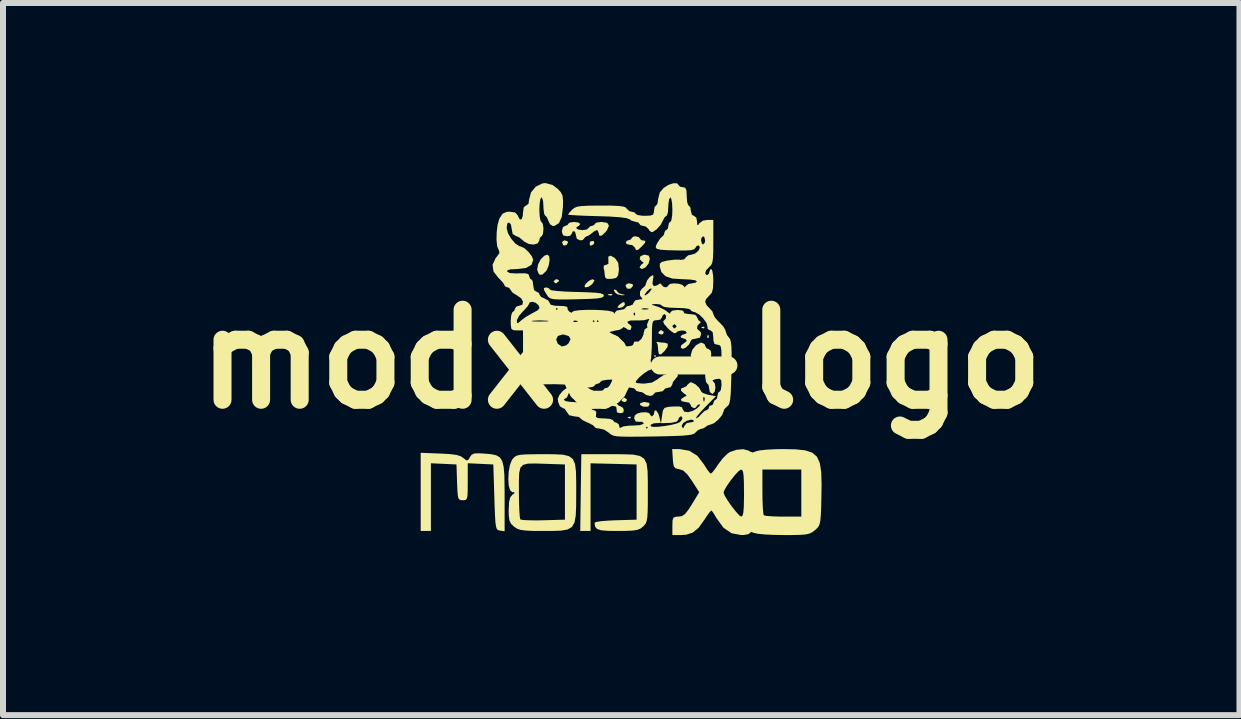
<source format=kicad_pcb>
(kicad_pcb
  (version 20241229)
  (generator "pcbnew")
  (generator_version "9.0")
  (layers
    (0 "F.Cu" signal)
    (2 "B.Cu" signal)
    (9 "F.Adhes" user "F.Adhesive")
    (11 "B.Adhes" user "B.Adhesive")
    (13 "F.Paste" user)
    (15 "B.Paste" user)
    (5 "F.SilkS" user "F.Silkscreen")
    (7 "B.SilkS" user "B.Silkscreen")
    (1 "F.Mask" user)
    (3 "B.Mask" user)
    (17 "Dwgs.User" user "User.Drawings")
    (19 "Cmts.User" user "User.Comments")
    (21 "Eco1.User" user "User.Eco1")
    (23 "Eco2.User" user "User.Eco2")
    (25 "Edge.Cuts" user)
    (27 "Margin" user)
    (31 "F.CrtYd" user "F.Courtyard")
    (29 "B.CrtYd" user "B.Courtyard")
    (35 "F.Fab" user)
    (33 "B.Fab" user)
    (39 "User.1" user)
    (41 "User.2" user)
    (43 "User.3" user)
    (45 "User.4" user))
  (footprint "modxo-logo"
    (layer "F.Cu")
    (at 7.3 2.932)
    (property "Reference" "modxo-logo" (at 0 0 0) (layer "F.SilkS") (effects (font (size 1.5 1.5) (thickness 0.3))))
    (attr board_only exclude_from_pos_files exclude_from_bom)
    (fp_poly (pts (xy 0.58 -0.051) (xy 0.563 -0.034) (xy 0.546 -0.051) (xy 0.563 -0.068)) (stroke (width 0) (type solid)) (fill yes) (layer "F.SilkS"))
    (fp_poly (pts (xy -0.146 -1.078) (xy -0.156 -1.062) (xy -0.19 -1.06) (xy -0.227 -1.068) (xy -0.211 -1.08) (xy -0.158 -1.084)) (stroke (width 0) (type solid)) (fill yes) (layer "F.SilkS"))
    (fp_poly (pts (xy 0.159 0.966) (xy 0.154 0.986) (xy 0.136 0.989) (xy 0.108 0.976) (xy 0.114 0.966) (xy 0.154 0.962)) (stroke (width 0) (type solid)) (fill yes) (layer "F.SilkS"))
    (fp_poly (pts (xy 1.386 -0.534) (xy 1.382 -0.514) (xy 1.364 -0.511) (xy 1.336 -0.524) (xy 1.341 -0.534) (xy 1.381 -0.538)) (stroke (width 0) (type solid)) (fill yes) (layer "F.SilkS"))
    (fp_poly (pts (xy 1.455 -0.398) (xy 1.459 -0.357) (xy 1.455 -0.352) (xy 1.434 -0.357) (xy 1.432 -0.375) (xy 1.444 -0.403)) (stroke (width 0) (type solid)) (fill yes) (layer "F.SilkS"))
    (fp_poly (pts (xy -0.448 -1.936) (xy -0.467 -1.906) (xy -0.51 -1.889) (xy -0.525 -1.904) (xy -0.522 -1.95) (xy -0.51 -1.961) (xy -0.461 -1.969)) (stroke (width 0) (type solid)) (fill yes) (layer "F.SilkS"))
    (fp_poly (pts (xy -1.037 -1.313) (xy -1.04 -1.296) (xy -1.083 -1.263) (xy -1.093 -1.261) (xy -1.124 -1.287) (xy -1.125 -1.296) (xy -1.097 -1.325) (xy -1.072 -1.33)) (stroke (width 0) (type solid)) (fill yes) (layer "F.SilkS"))
    (fp_poly (pts (xy -0.892 -1.96) (xy -0.886 -1.945) (xy -0.909 -1.901) (xy -0.953 -1.89) (xy -0.967 -1.899) (xy -0.988 -1.948) (xy -0.951 -1.976) (xy -0.938 -1.977)) (stroke (width 0) (type solid)) (fill yes) (layer "F.SilkS"))
    (fp_poly (pts (xy -0.449 0.675) (xy -0.443 0.699) (xy -0.471 0.744) (xy -0.494 0.75) (xy -0.54 0.723) (xy -0.546 0.699) (xy -0.518 0.654) (xy -0.494 0.648)) (stroke (width 0) (type solid)) (fill yes) (layer "F.SilkS"))
    (fp_poly (pts (xy -0.156 0.493) (xy -0.147 0.528) (xy -0.189 0.562) (xy -0.233 0.573) (xy -0.294 0.564) (xy -0.307 0.531) (xy -0.277 0.487) (xy -0.219 0.477)) (stroke (width 0) (type solid)) (fill yes) (layer "F.SilkS"))
    (fp_poly (pts (xy 0.054 -0.946) (xy 0.061 -0.904) (xy 0.023 -0.865) (xy -0.026 -0.852) (xy -0.064 -0.857) (xy -0.051 -0.883) (xy -0.025 -0.91) (xy 0.026 -0.946)) (stroke (width 0) (type solid)) (fill yes) (layer "F.SilkS"))
    (fp_poly (pts (xy 0.091 0.669) (xy 0.096 0.679) (xy 0.079 0.71) (xy 0.051 0.716) (xy 0.009 0.699) (xy 0.007 0.679) (xy 0.042 0.644) (xy 0.051 0.643)) (stroke (width 0) (type solid)) (fill yes) (layer "F.SilkS"))
    (fp_poly (pts (xy 0.19 -1.246) (xy 0.197 -1.221) (xy 0.157 -1.174) (xy 0.104 -1.172) (xy 0.092 -1.181) (xy 0.069 -1.23) (xy 0.107 -1.258) (xy 0.139 -1.261)) (stroke (width 0) (type solid)) (fill yes) (layer "F.SilkS"))
    (fp_poly (pts (xy 0.705 -0.456) (xy 0.709 -0.446) (xy 0.693 -0.415) (xy 0.665 -0.409) (xy 0.622 -0.426) (xy 0.62 -0.446) (xy 0.655 -0.481) (xy 0.665 -0.482)) (stroke (width 0) (type solid)) (fill yes) (layer "F.SilkS"))
    (fp_poly (pts (xy 1.158 0.196) (xy 1.159 0.205) (xy 1.133 0.238) (xy 1.125 0.239) (xy 1.092 0.213) (xy 1.091 0.205) (xy 1.117 0.171) (xy 1.125 0.17)) (stroke (width 0) (type solid)) (fill yes) (layer "F.SilkS"))
    (fp_poly (pts (xy 0.456 0.727) (xy 0.477 0.748) (xy 0.451 0.792) (xy 0.375 0.794) (xy 0.367 0.793) (xy 0.313 0.766) (xy 0.318 0.734) (xy 0.377 0.716) (xy 0.392 0.716)) (stroke (width 0) (type solid)) (fill yes) (layer "F.SilkS"))
    (fp_poly (pts (xy -0.445 -1.313) (xy -0.471 -1.265) (xy -0.492 -1.242) (xy -0.548 -1.203) (xy -0.597 -1.194) (xy -0.614 -1.213) (xy -0.589 -1.257) (xy -0.535 -1.305) (xy -0.483 -1.329) (xy -0.48 -1.33)) (stroke (width 0) (type solid)) (fill yes) (layer "F.SilkS"))
    (fp_poly (pts (xy -0.07 -1.137) (xy -0.068 -1.127) (xy -0.039 -1.097) (xy 0.009 -1.081) (xy 0.061 -1.069) (xy 0.048 -1.064) (xy 0.013 -1.062) (xy -0.066 -1.08) (xy -0.102 -1.108) (xy -0.125 -1.15) (xy -0.106 -1.159)) (stroke (width 0) (type solid)) (fill yes) (layer "F.SilkS"))
    (fp_poly (pts (xy -1.2 -1.711) (xy -1.194 -1.643) (xy -1.208 -1.56) (xy -1.239 -1.485) (xy -1.252 -1.466) (xy -1.311 -1.409) (xy -1.352 -1.403) (xy -1.375 -1.421) (xy -1.401 -1.488) (xy -1.385 -1.577) (xy -1.34 -1.664) (xy -1.277 -1.724) (xy -1.227 -1.739)) (stroke (width 0) (type solid)) (fill yes) (layer "F.SilkS"))
    (fp_poly (pts (xy 0.608 -0.284) (xy 0.681 -0.274) (xy 0.719 -0.273) (xy 0.775 -0.256) (xy 0.773 -0.205) (xy 0.725 -0.137) (xy 0.663 -0.078) (xy 0.627 -0.082) (xy 0.614 -0.149) (xy 0.614 -0.168) (xy 0.606 -0.244) (xy 0.588 -0.281) (xy 0.59 -0.288)) (stroke (width 0) (type solid)) (fill yes) (layer "F.SilkS"))
    (fp_poly (pts (xy -0.078 0.742) (xy -0.035 0.781) (xy -0.018 0.784) (xy 0.027 0.812) (xy 0.042 0.844) (xy 0.035 0.891) (xy -0.017 0.903) (xy -0.072 0.888) (xy -0.076 0.844) (xy -0.084 0.794) (xy -0.122 0.784) (xy -0.163 0.777) (xy -0.142 0.745) (xy -0.139 0.742) (xy -0.098 0.716)) (stroke (width 0) (type solid)) (fill yes) (layer "F.SilkS"))
    (fp_poly (pts (xy 0.459 -1.723) (xy 0.477 -1.668) (xy 0.477 -1.668) (xy 0.454 -1.588) (xy 0.399 -1.523) (xy 0.343 -1.5) (xy 0.308 -1.523) (xy 0.307 -1.531) (xy 0.333 -1.572) (xy 0.349 -1.583) (xy 0.375 -1.605) (xy 0.349 -1.622) (xy 0.307 -1.665) (xy 0.319 -1.712) (xy 0.377 -1.738) (xy 0.392 -1.739)) (stroke (width 0) (type solid)) (fill yes) (layer "F.SilkS"))
    (fp_poly (pts (xy 1.388 -0.249) (xy 1.398 -0.222) (xy 1.425 -0.176) (xy 1.449 -0.17) (xy 1.49 -0.141) (xy 1.5 -0.085) (xy 1.495 -0.035) (xy 1.466 -0.009) (xy 1.398 -0.001) (xy 1.33 0) (xy 1.227 -0.004) (xy 1.176 -0.019) (xy 1.16 -0.052) (xy 1.159 -0.068) (xy 1.184 -0.154) (xy 1.246 -0.23) (xy 1.32 -0.271) (xy 1.337 -0.273)) (stroke (width 0) (type solid)) (fill yes) (layer "F.SilkS"))
    (fp_poly (pts (xy -0.112 -1.687) (xy -0.1 -1.676) (xy -0.05 -1.604) (xy -0.039 -1.503) (xy -0.04 -1.478) (xy -0.053 -1.392) (xy -0.084 -1.352) (xy -0.152 -1.337) (xy -0.162 -1.336) (xy -0.239 -1.336) (xy -0.269 -1.363) (xy -0.273 -1.393) (xy -0.283 -1.479) (xy -0.293 -1.514) (xy -0.29 -1.559) (xy -0.255 -1.568) (xy -0.213 -1.587) (xy -0.214 -1.636) (xy -0.216 -1.705) (xy -0.178 -1.723)) (stroke (width 0) (type solid)) (fill yes) (layer "F.SilkS"))
    (fp_poly (pts (xy 0.294 -2.031) (xy 0.307 -2.012) (xy 0.334 -1.981) (xy 0.358 -1.977) (xy 0.402 -1.969) (xy 0.396 -1.936) (xy 0.341 -1.875) (xy 0.282 -1.821) (xy 0.251 -1.814) (xy 0.228 -1.853) (xy 0.226 -1.86) (xy 0.18 -1.9) (xy 0.149 -1.902) (xy 0.093 -1.915) (xy 0.077 -1.935) (xy 0.091 -1.971) (xy 0.116 -1.977) (xy 0.164 -1.995) (xy 0.17 -2.012) (xy 0.199 -2.039) (xy 0.239 -2.046)) (stroke (width 0) (type solid)) (fill yes) (layer "F.SilkS"))
    (fp_poly (pts (xy -1.199 -1.175) (xy -1.193 -1.16) (xy -1.161 -1.146) (xy -1.07 -1.134) (xy -0.932 -1.124) (xy -0.756 -1.118) (xy -0.742 -1.118) (xy -0.554 -1.112) (xy -0.425 -1.105) (xy -0.345 -1.095) (xy -0.303 -1.08) (xy -0.29 -1.06) (xy -0.29 -1.057) (xy -0.3 -1.035) (xy -0.339 -1.02) (xy -0.414 -1.009) (xy -0.538 -1.002) (xy -0.719 -0.997) (xy -0.737 -0.996) (xy -0.919 -0.993) (xy -1.045 -0.993) (xy -1.127 -0.998) (xy -1.178 -1.01) (xy -1.21 -1.031) (xy -1.234 -1.063) (xy -1.24 -1.072) (xy -1.285 -1.148) (xy -1.289 -1.183) (xy -1.252 -1.193) (xy -1.244 -1.193)) (stroke (width 0) (type solid)) (fill yes) (layer "F.SilkS"))
    (fp_poly (pts (xy 0.037 1.586) (xy 0.199 1.592) (xy 0.31 1.614) (xy 0.382 1.661) (xy 0.422 1.741) (xy 0.439 1.864) (xy 0.443 2.039) (xy 0.443 2.215) (xy 0.443 2.411) (xy 0.44 2.549) (xy 0.434 2.644) (xy 0.422 2.706) (xy 0.403 2.747) (xy 0.375 2.779) (xy 0.364 2.79) (xy 0.321 2.824) (xy 0.268 2.846) (xy 0.19 2.858) (xy 0.072 2.863) (xy -0.058 2.864) (xy -0.226 2.862) (xy -0.337 2.852) (xy -0.402 2.831) (xy -0.434 2.795) (xy -0.443 2.739) (xy -0.443 2.726) (xy -0.412 2.713) (xy -0.326 2.7) (xy -0.201 2.691) (xy -0.094 2.686) (xy 0.256 2.676) (xy 0.256 2.216) (xy 0.256 1.756) (xy -0.128 1.746) (xy -0.511 1.737) (xy -0.511 2.3) (xy -0.511 2.864) (xy -0.597 2.864) (xy -0.683 2.864) (xy -0.674 2.225) (xy -0.665 1.585) (xy -0.182 1.585)) (stroke (width 0) (type solid)) (fill yes) (layer "F.SilkS"))
    (fp_poly (pts (xy -3.021 1.574) (xy -2.856 1.583) (xy -2.745 1.597) (xy -2.673 1.62) (xy -2.631 1.648) (xy -2.579 1.689) (xy -2.549 1.68) (xy -2.522 1.635) (xy -2.492 1.594) (xy -2.447 1.573) (xy -2.368 1.57) (xy -2.282 1.575) (xy -2.168 1.585) (xy -2.083 1.603) (xy -2.022 1.638) (xy -1.983 1.699) (xy -1.959 1.795) (xy -1.947 1.935) (xy -1.944 2.127) (xy -1.943 2.292) (xy -1.943 2.869) (xy -2.02 2.858) (xy -2.049 2.851) (xy -2.07 2.835) (xy -2.084 2.798) (xy -2.095 2.731) (xy -2.102 2.623) (xy -2.109 2.465) (xy -2.114 2.301) (xy -2.131 1.756) (xy -2.344 1.746) (xy -2.557 1.736) (xy -2.557 2.044) (xy -2.558 2.19) (xy -2.562 2.28) (xy -2.574 2.329) (xy -2.597 2.349) (xy -2.634 2.352) (xy -2.641 2.352) (xy -2.681 2.349) (xy -2.707 2.332) (xy -2.721 2.285) (xy -2.729 2.198) (xy -2.735 2.055) (xy -2.735 2.054) (xy -2.745 1.756) (xy -2.958 1.746) (xy -3.171 1.736) (xy -3.171 2.3) (xy -3.171 2.864) (xy -3.256 2.864) (xy -3.341 2.864) (xy -3.341 2.213) (xy -3.341 1.562)) (stroke (width 0) (type solid)) (fill yes) (layer "F.SilkS"))
    (fp_poly (pts (xy -0.234 -2.269) (xy -0.204 -2.223) (xy -0.236 -2.149) (xy -0.263 -2.114) (xy -0.327 -2.056) (xy -0.365 -2.056) (xy -0.375 -2.097) (xy -0.392 -2.142) (xy -0.407 -2.148) (xy -0.454 -2.126) (xy -0.489 -2.097) (xy -0.547 -2.055) (xy -0.577 -2.046) (xy -0.612 -2.021) (xy -0.614 -2.012) (xy -0.642 -1.984) (xy -0.682 -1.977) (xy -0.739 -2.002) (xy -0.75 -2.044) (xy -0.766 -2.109) (xy -0.784 -2.131) (xy -0.813 -2.123) (xy -0.818 -2.099) (xy -0.848 -2.056) (xy -0.903 -2.046) (xy -0.968 -2.06) (xy -0.988 -2.115) (xy -0.989 -2.131) (xy -0.971 -2.199) (xy -0.938 -2.216) (xy -0.892 -2.235) (xy -0.886 -2.25) (xy -0.857 -2.274) (xy -0.785 -2.284) (xy -0.784 -2.284) (xy -0.712 -2.274) (xy -0.682 -2.251) (xy -0.682 -2.25) (xy -0.708 -2.217) (xy -0.716 -2.216) (xy -0.749 -2.19) (xy -0.75 -2.182) (xy -0.72 -2.158) (xy -0.649 -2.148) (xy -0.648 -2.148) (xy -0.576 -2.158) (xy -0.546 -2.182) (xy -0.546 -2.182) (xy -0.518 -2.212) (xy -0.494 -2.216) (xy -0.449 -2.235) (xy -0.443 -2.25) (xy -0.413 -2.273) (xy -0.34 -2.284) (xy -0.324 -2.284)) (stroke (width 0) (type solid)) (fill yes) (layer "F.SilkS"))
    (fp_poly (pts (xy -1.12 1.586) (xy -0.973 1.593) (xy -0.872 1.617) (xy -0.807 1.665) (xy -0.77 1.748) (xy -0.754 1.874) (xy -0.75 2.053) (xy -0.75 2.22) (xy -0.751 2.444) (xy -0.758 2.609) (xy -0.779 2.724) (xy -0.822 2.798) (xy -0.895 2.84) (xy -1.005 2.859) (xy -1.16 2.864) (xy -1.297 2.864) (xy -1.473 2.863) (xy -1.595 2.857) (xy -1.677 2.846) (xy -1.735 2.826) (xy -1.781 2.796) (xy -1.785 2.793) (xy -1.836 2.745) (xy -1.863 2.688) (xy -1.874 2.6) (xy -1.875 2.516) (xy -1.869 2.386) (xy -1.85 2.306) (xy -1.816 2.264) (xy -1.774 2.229) (xy -1.789 2.218) (xy -1.816 2.217) (xy -1.852 2.186) (xy -1.874 2.107) (xy -1.879 2.033) (xy -1.705 2.033) (xy -1.705 2.211) (xy -1.703 2.377) (xy -1.698 2.518) (xy -1.691 2.62) (xy -1.682 2.67) (xy -1.681 2.672) (xy -1.639 2.681) (xy -1.544 2.686) (xy -1.412 2.688) (xy -1.297 2.686) (xy -0.938 2.676) (xy -0.938 2.216) (xy -0.938 1.756) (xy -1.244 1.746) (xy -1.426 1.74) (xy -1.553 1.742) (xy -1.634 1.762) (xy -1.68 1.81) (xy -1.7 1.898) (xy -1.705 2.033) (xy -1.879 2.033) (xy -1.881 1.999) (xy -1.875 1.879) (xy -1.855 1.767) (xy -1.821 1.681) (xy -1.81 1.666) (xy -1.779 1.632) (xy -1.743 1.61) (xy -1.687 1.596) (xy -1.6 1.589) (xy -1.468 1.586) (xy -1.319 1.585)) (stroke (width 0) (type solid)) (fill yes) (layer "F.SilkS"))
    (fp_poly (pts (xy 1.135 1.528) (xy 1.27 1.613) (xy 1.378 1.755) (xy 1.433 1.842) (xy 1.477 1.898) (xy 1.493 1.909) (xy 1.523 1.883) (xy 1.575 1.815) (xy 1.615 1.755) (xy 1.69 1.655) (xy 1.771 1.576) (xy 1.809 1.55) (xy 1.922 1.511) (xy 2.034 1.502) (xy 2.12 1.524) (xy 2.137 1.537) (xy 2.19 1.557) (xy 2.244 1.537) (xy 2.306 1.522) (xy 2.419 1.51) (xy 2.565 1.502) (xy 2.694 1.5) (xy 2.905 1.504) (xy 3.065 1.521) (xy 3.181 1.559) (xy 3.26 1.626) (xy 3.308 1.73) (xy 3.332 1.88) (xy 3.338 2.083) (xy 3.335 2.284) (xy 3.331 2.474) (xy 3.325 2.609) (xy 3.316 2.7) (xy 3.302 2.759) (xy 3.281 2.799) (xy 3.249 2.832) (xy 3.229 2.85) (xy 3.184 2.884) (xy 3.137 2.907) (xy 3.074 2.922) (xy 2.979 2.929) (xy 2.84 2.932) (xy 2.706 2.932) (xy 2.537 2.929) (xy 2.388 2.922) (xy 2.276 2.911) (xy 2.215 2.897) (xy 2.214 2.897) (xy 2.16 2.879) (xy 2.148 2.897) (xy 2.117 2.918) (xy 2.041 2.931) (xy 1.997 2.932) (xy 1.838 2.902) (xy 1.703 2.81) (xy 1.59 2.654) (xy 1.584 2.645) (xy 1.539 2.569) (xy 1.507 2.526) (xy 1.501 2.523) (xy 1.474 2.549) (xy 1.425 2.617) (xy 1.386 2.677) (xy 1.289 2.811) (xy 1.194 2.89) (xy 1.085 2.926) (xy 0.998 2.932) (xy 0.852 2.932) (xy 0.852 2.779) (xy 0.855 2.684) (xy 0.873 2.64) (xy 0.916 2.626) (xy 0.952 2.625) (xy 1.011 2.617) (xy 1.062 2.583) (xy 1.118 2.512) (xy 1.176 2.422) (xy 1.295 2.225) (xy 1.705 2.225) (xy 1.724 2.275) (xy 1.773 2.357) (xy 1.838 2.45) (xy 1.907 2.538) (xy 1.965 2.602) (xy 1.999 2.625) (xy 2.02 2.611) (xy 2.034 2.561) (xy 2.042 2.466) (xy 2.045 2.317) (xy 2.046 2.233) (xy 2.045 2.21) (xy 2.352 2.21) (xy 2.354 2.363) (xy 2.36 2.489) (xy 2.368 2.574) (xy 2.375 2.603) (xy 2.417 2.613) (xy 2.511 2.62) (xy 2.639 2.625) (xy 2.699 2.625) (xy 3 2.625) (xy 3 2.233) (xy 3 1.841) (xy 2.676 1.841) (xy 2.352 1.841) (xy 2.352 2.21) (xy 2.045 2.21) (xy 2.044 2.06) (xy 2.039 1.945) (xy 2.029 1.878) (xy 2.012 1.847) (xy 1.995 1.841) (xy 1.956 1.867) (xy 1.894 1.933) (xy 1.825 2.02) (xy 1.761 2.111) (xy 1.717 2.188) (xy 1.705 2.225) (xy 1.295 2.225) (xy 1.299 2.218) (xy 1.18 2.032) (xy 1.101 1.921) (xy 1.035 1.859) (xy 0.968 1.835) (xy 0.965 1.835) (xy 0.907 1.822) (xy 0.876 1.788) (xy 0.863 1.714) (xy 0.859 1.662) (xy 0.849 1.5) (xy 0.972 1.5)) (stroke (width 0) (type solid)) (fill yes) (layer "F.SilkS"))
    (fp_poly (pts (xy -1.144 -2.9) (xy -1.06 -2.838) (xy -1.006 -2.779) (xy -0.978 -2.721) (xy -0.969 -2.639) (xy -0.971 -2.534) (xy -0.991 -2.368) (xy -1.038 -2.264) (xy -1.113 -2.218) (xy -1.139 -2.216) (xy -1.186 -2.245) (xy -1.213 -2.301) (xy -1.24 -2.365) (xy -1.265 -2.387) (xy -1.283 -2.417) (xy -1.294 -2.494) (xy -1.296 -2.54) (xy -1.302 -2.631) (xy -1.319 -2.686) (xy -1.33 -2.693) (xy -1.348 -2.662) (xy -1.36 -2.581) (xy -1.364 -2.489) (xy -1.359 -2.38) (xy -1.345 -2.306) (xy -1.33 -2.284) (xy -1.307 -2.254) (xy -1.296 -2.181) (xy -1.296 -2.165) (xy -1.304 -2.086) (xy -1.325 -2.047) (xy -1.33 -2.046) (xy -1.357 -2.017) (xy -1.364 -1.977) (xy -1.391 -1.928) (xy -1.457 -1.907) (xy -1.539 -1.917) (xy -1.615 -1.956) (xy -1.633 -1.973) (xy -1.704 -2.03) (xy -1.756 -2.051) (xy -1.809 -2.084) (xy -1.824 -2.163) (xy -1.837 -2.238) (xy -1.867 -2.276) (xy -1.899 -2.258) (xy -1.909 -2.185) (xy -1.888 -2.099) (xy -1.833 -2.005) (xy -1.764 -1.924) (xy -1.694 -1.879) (xy -1.674 -1.875) (xy -1.616 -1.849) (xy -1.548 -1.788) (xy -1.49 -1.714) (xy -1.466 -1.653) (xy -1.496 -1.569) (xy -1.585 -1.518) (xy -1.734 -1.5) (xy -1.739 -1.5) (xy -1.851 -1.494) (xy -1.899 -1.475) (xy -1.901 -1.459) (xy -1.858 -1.433) (xy -1.753 -1.426) (xy -1.711 -1.428) (xy -1.604 -1.429) (xy -1.55 -1.417) (xy -1.534 -1.387) (xy -1.534 -1.383) (xy -1.517 -1.336) (xy -1.5 -1.33) (xy -1.476 -1.3) (xy -1.466 -1.229) (xy -1.466 -1.227) (xy -1.451 -1.146) (xy -1.415 -1.125) (xy -1.37 -1.1) (xy -1.364 -1.078) (xy -1.335 -1.035) (xy -1.279 -1.009) (xy -1.215 -0.976) (xy -1.193 -0.937) (xy -1.173 -0.904) (xy -1.103 -0.888) (xy -1.038 -0.886) (xy -0.949 -0.882) (xy -0.901 -0.869) (xy -0.898 -0.861) (xy -0.89 -0.82) (xy -0.866 -0.791) (xy -0.827 -0.77) (xy -0.818 -0.783) (xy -0.787 -0.801) (xy -0.706 -0.813) (xy -0.591 -0.819) (xy -0.46 -0.82) (xy -0.331 -0.815) (xy -0.22 -0.805) (xy -0.146 -0.789) (xy -0.125 -0.776) (xy -0.109 -0.751) (xy -0.105 -0.776) (xy -0.074 -0.808) (xy -0.017 -0.818) (xy 0.047 -0.83) (xy 0.048 -0.831) (xy 0.336 -0.831) (xy 0.381 -0.825) (xy 0.392 -0.825) (xy 0.45 -0.829) (xy 0.455 -0.839) (xy 0.452 -0.841) (xy 0.385 -0.847) (xy 0.35 -0.842) (xy 0.336 -0.831) (xy 0.048 -0.831) (xy 0.068 -0.852) (xy 0.097 -0.88) (xy 0.136 -0.886) (xy 0.192 -0.908) (xy 0.205 -0.938) (xy 0.235 -0.979) (xy 0.298 -0.991) (xy 0.352 -0.998) (xy 0.35 -1.011) (xy 0.349 -1.011) (xy 0.313 -1.056) (xy 0.313 -1.072) (xy 0.389 -1.072) (xy 0.398 -1.059) (xy 0.445 -1.089) (xy 0.467 -1.11) (xy 0.502 -1.157) (xy 0.504 -1.178) (xy 0.473 -1.168) (xy 0.426 -1.125) (xy 0.389 -1.072) (xy 0.313 -1.072) (xy 0.312 -1.122) (xy 0.346 -1.175) (xy 0.358 -1.181) (xy 0.403 -1.225) (xy 0.409 -1.251) (xy 0.431 -1.31) (xy 0.478 -1.37) (xy 0.527 -1.398) (xy 0.528 -1.398) (xy 0.537 -1.371) (xy 0.529 -1.33) (xy 0.52 -1.251) (xy 0.546 -1.214) (xy 0.599 -1.229) (xy 0.605 -1.234) (xy 0.651 -1.261) (xy 0.673 -1.236) (xy 0.708 -1.201) (xy 0.756 -1.196) (xy 0.784 -1.223) (xy 0.784 -1.227) (xy 0.813 -1.252) (xy 0.88 -1.261) (xy 0.958 -1.255) (xy 1.02 -1.235) (xy 1.037 -1.219) (xy 1.059 -1.194) (xy 1.077 -1.219) (xy 1.123 -1.252) (xy 1.179 -1.261) (xy 1.242 -1.274) (xy 1.261 -1.296) (xy 1.23 -1.313) (xy 1.145 -1.325) (xy 1.023 -1.33) (xy 1.023 -1.33) (xy 0.852 -1.341) (xy 0.737 -1.38) (xy 0.669 -1.45) (xy 0.642 -1.539) (xy 0.643 -1.589) (xy 0.677 -1.618) (xy 0.759 -1.639) (xy 0.784 -1.643) (xy 0.89 -1.656) (xy 0.973 -1.656) (xy 0.993 -1.652) (xy 1.051 -1.662) (xy 1.069 -1.687) (xy 1.115 -1.728) (xy 1.167 -1.739) (xy 1.232 -1.758) (xy 1.285 -1.804) (xy 1.311 -1.856) (xy 1.295 -1.893) (xy 1.256 -1.885) (xy 1.24 -1.858) (xy 1.218 -1.831) (xy 1.17 -1.815) (xy 1.082 -1.809) (xy 0.941 -1.809) (xy 0.925 -1.81) (xy 0.758 -1.814) (xy 0.651 -1.822) (xy 0.592 -1.837) (xy 0.574 -1.864) (xy 0.586 -1.905) (xy 0.608 -1.946) (xy 0.629 -1.977) (xy 1.33 -1.977) (xy 1.344 -1.922) (xy 1.364 -1.909) (xy 1.391 -1.938) (xy 1.398 -1.977) (xy 1.384 -2.033) (xy 1.364 -2.046) (xy 1.336 -2.017) (xy 1.33 -1.977) (xy 0.629 -1.977) (xy 0.653 -2.013) (xy 0.688 -2.045) (xy 0.69 -2.045) (xy 0.713 -2.073) (xy 0.716 -2.097) (xy 0.734 -2.142) (xy 0.75 -2.148) (xy 0.778 -2.176) (xy 0.784 -2.216) (xy 0.798 -2.272) (xy 0.818 -2.284) (xy 0.836 -2.315) (xy 0.849 -2.396) (xy 0.852 -2.489) (xy 0.847 -2.598) (xy 0.834 -2.672) (xy 0.818 -2.693) (xy 0.798 -2.663) (xy 0.786 -2.586) (xy 0.784 -2.54) (xy 0.778 -2.448) (xy 0.762 -2.394) (xy 0.752 -2.387) (xy 0.719 -2.358) (xy 0.696 -2.31) (xy 0.655 -2.234) (xy 0.591 -2.163) (xy 0.526 -2.118) (xy 0.505 -2.114) (xy 0.468 -2.141) (xy 0.456 -2.165) (xy 0.409 -2.208) (xy 0.371 -2.216) (xy 0.318 -2.231) (xy 0.307 -2.25) (xy 0.279 -2.279) (xy 0.245 -2.284) (xy 0.169 -2.307) (xy 0.142 -2.327) (xy 0.089 -2.347) (xy -0.026 -2.363) (xy -0.205 -2.375) (xy -0.394 -2.381) (xy -0.568 -2.386) (xy -0.716 -2.392) (xy -0.824 -2.399) (xy -0.881 -2.405) (xy -0.886 -2.407) (xy -0.865 -2.438) (xy -0.818 -2.489) (xy -0.782 -2.518) (xy -0.734 -2.538) (xy -0.662 -2.549) (xy -0.55 -2.555) (xy -0.388 -2.557) (xy -0.34 -2.557) (xy -0.16 -2.556) (xy -0.038 -2.55) (xy 0.038 -2.54) (xy 0.078 -2.523) (xy 0.09 -2.506) (xy 0.136 -2.463) (xy 0.174 -2.455) (xy 0.228 -2.44) (xy 0.239 -2.421) (xy 0.269 -2.4) (xy 0.346 -2.388) (xy 0.392 -2.387) (xy 0.487 -2.39) (xy 0.532 -2.407) (xy 0.545 -2.449) (xy 0.546 -2.472) (xy 0.557 -2.536) (xy 0.58 -2.557) (xy 0.603 -2.587) (xy 0.614 -2.659) (xy 0.614 -2.664) (xy 0.642 -2.775) (xy 0.707 -2.851) (xy 0.787 -2.902) (xy 0.868 -2.929) (xy 0.931 -2.928) (xy 0.955 -2.898) (xy 0.983 -2.87) (xy 1.023 -2.864) (xy 1.065 -2.854) (xy 1.086 -2.812) (xy 1.091 -2.721) (xy 1.091 -2.71) (xy 1.098 -2.619) (xy 1.115 -2.564) (xy 1.125 -2.557) (xy 1.151 -2.528) (xy 1.159 -2.472) (xy 1.177 -2.403) (xy 1.21 -2.387) (xy 1.251 -2.356) (xy 1.263 -2.293) (xy 1.267 -2.232) (xy 1.282 -2.233) (xy 1.298 -2.259) (xy 1.36 -2.306) (xy 1.434 -2.318) (xy 1.534 -2.318) (xy 1.534 -1.951) (xy 1.533 -1.786) (xy 1.528 -1.675) (xy 1.516 -1.605) (xy 1.497 -1.563) (xy 1.466 -1.534) (xy 1.466 -1.534) (xy 1.415 -1.48) (xy 1.398 -1.427) (xy 1.422 -1.399) (xy 1.432 -1.398) (xy 1.462 -1.425) (xy 1.466 -1.449) (xy 1.484 -1.494) (xy 1.5 -1.5) (xy 1.518 -1.469) (xy 1.531 -1.389) (xy 1.534 -1.303) (xy 1.529 -1.181) (xy 1.51 -1.107) (xy 1.472 -1.061) (xy 1.466 -1.057) (xy 1.413 -0.999) (xy 1.398 -0.955) (xy 1.423 -0.895) (xy 1.466 -0.852) (xy 1.519 -0.794) (xy 1.534 -0.749) (xy 1.559 -0.694) (xy 1.619 -0.626) (xy 1.635 -0.612) (xy 1.701 -0.543) (xy 1.736 -0.481) (xy 1.737 -0.471) (xy 1.761 -0.402) (xy 1.793 -0.36) (xy 1.814 -0.33) (xy 1.828 -0.28) (xy 1.836 -0.202) (xy 1.839 -0.084) (xy 1.838 0.086) (xy 1.836 0.225) (xy 1.83 0.429) (xy 1.824 0.576) (xy 1.815 0.675) (xy 1.802 0.737) (xy 1.785 0.772) (xy 1.764 0.788) (xy 1.715 0.839) (xy 1.705 0.873) (xy 1.679 0.936) (xy 1.618 1.009) (xy 1.545 1.069) (xy 1.487 1.091) (xy 1.428 1.111) (xy 1.415 1.125) (xy 1.366 1.156) (xy 1.34 1.159) (xy 1.277 1.185) (xy 1.242 1.219) (xy 1.22 1.24) (xy 1.183 1.256) (xy 1.121 1.267) (xy 1.024 1.276) (xy 0.884 1.282) (xy 0.691 1.287) (xy 0.534 1.29) (xy 0.305 1.293) (xy 0.133 1.294) (xy 0.011 1.292) (xy -0.073 1.287) (xy -0.129 1.276) (xy -0.166 1.26) (xy -0.194 1.238) (xy -0.202 1.23) (xy -0.283 1.177) (xy -0.358 1.159) (xy -0.422 1.15) (xy -0.443 1.131) (xy -0.472 1.102) (xy -0.542 1.065) (xy -0.563 1.057) (xy -0.64 1.02) (xy -0.68 0.988) (xy -0.682 0.982) (xy -0.711 0.963) (xy -0.782 0.955) (xy -0.868 0.936) (xy -0.903 0.886) (xy -0.94 0.831) (xy -0.97 0.818) (xy -1.021 0.788) (xy -1.052 0.712) (xy -1.055 0.682) (xy -0.955 0.682) (xy -0.924 0.702) (xy -0.847 0.714) (xy -0.801 0.716) (xy -0.71 0.723) (xy -0.655 0.739) (xy -0.648 0.749) (xy -0.623 0.768) (xy -0.597 0.763) (xy -0.543 0.772) (xy -0.525 0.798) (xy -0.481 0.845) (xy -0.453 0.852) (xy -0.416 0.876) (xy -0.419 0.921) (xy -0.422 0.963) (xy -0.392 0.983) (xy -0.314 0.989) (xy -0.287 0.989) (xy -0.196 0.996) (xy -0.143 1.013) (xy -0.136 1.023) (xy -0.109 1.053) (xy -0.085 1.057) (xy -0.042 1.085) (xy -0.034 1.117) (xy -0.023 1.151) (xy -0.009 1.142) (xy 0.409 1.142) (xy 0.426 1.159) (xy 0.443 1.142) (xy 0.426 1.125) (xy 0.409 1.142) (xy -0.009 1.142) (xy -0.008 1.142) (xy 0.038 1.122) (xy 0.128 1.11) (xy 0.196 1.108) (xy 0.31 1.101) (xy 0.369 1.081) (xy 0.375 1.069) (xy 0.348 1.044) (xy 0.311 1.046) (xy 0.242 1.041) (xy 0.215 0.989) (xy 0.225 0.941) (xy 0.265 0.908) (xy 0.336 0.889) (xy 0.412 0.886) (xy 0.466 0.901) (xy 0.477 0.921) (xy 0.503 0.954) (xy 0.511 0.955) (xy 0.542 0.927) (xy 0.546 0.903) (xy 0.558 0.855) (xy 0.586 0.861) (xy 0.619 0.912) (xy 0.635 0.963) (xy 0.66 1.067) (xy 0.631 1.065) (xy 0.541 1.071) (xy 0.492 1.094) (xy 0.491 1.12) (xy 0.532 1.13) (xy 0.618 1.128) (xy 0.727 1.115) (xy 0.727 1.115) (xy 1.007 1.115) (xy 1.014 1.137) (xy 1.038 1.149) (xy 1.05 1.117) (xy 1.091 1.067) (xy 1.147 1.057) (xy 1.203 1.046) (xy 1.211 1.024) (xy 1.166 1.008) (xy 1.091 1.029) (xy 1.032 1.066) (xy 1.007 1.115) (xy 0.727 1.115) (xy 0.838 1.096) (xy 0.931 1.072) (xy 0.98 1.049) (xy 1.019 0.999) (xy 1.012 0.961) (xy 0.989 0.955) (xy 0.958 0.982) (xy 0.955 1.006) (xy 0.922 1.043) (xy 0.829 1.063) (xy 0.682 1.068) (xy 0.663 1.067) (xy 0.681 0.938) (xy 0.695 0.855) (xy 0.722 0.814) (xy 0.782 0.797) (xy 0.861 0.791) (xy 0.962 0.789) (xy 1.011 0.803) (xy 1.023 0.833) (xy 1.049 0.876) (xy 1.114 0.885) (xy 1.197 0.862) (xy 1.266 0.819) (xy 1.309 0.774) (xy 1.307 0.752) (xy 1.304 0.751) (xy 1.265 0.772) (xy 1.261 0.784) (xy 1.234 0.814) (xy 1.21 0.818) (xy 1.165 0.791) (xy 1.159 0.767) (xy 1.13 0.726) (xy 1.074 0.716) (xy 1.005 0.702) (xy 0.994 0.67) (xy 1.005 0.662) (xy 1.366 0.662) (xy 1.373 0.706) (xy 1.384 0.707) (xy 1.392 0.661) (xy 1.387 0.641) (xy 1.372 0.628) (xy 1.366 0.662) (xy 1.005 0.662) (xy 1.046 0.633) (xy 1.048 0.632) (xy 1.09 0.611) (xy 1.071 0.589) (xy 1.048 0.576) (xy 0.998 0.53) (xy 0.996 0.491) (xy 1.036 0.477) (xy 1.089 0.45) (xy 1.102 0.429) (xy 1.146 0.39) (xy 1.169 0.388) (xy 1.233 0.418) (xy 1.295 0.474) (xy 1.329 0.531) (xy 1.33 0.539) (xy 1.36 0.566) (xy 1.433 0.591) (xy 1.454 0.595) (xy 1.578 0.619) (xy 1.395 0.804) (xy 1.314 0.891) (xy 1.26 0.956) (xy 1.244 0.987) (xy 1.247 0.989) (xy 1.291 0.964) (xy 1.33 0.921) (xy 1.384 0.868) (xy 1.422 0.852) (xy 1.457 0.827) (xy 1.458 0.81) (xy 1.474 0.776) (xy 1.492 0.776) (xy 1.529 0.756) (xy 1.534 0.733) (xy 1.553 0.688) (xy 1.568 0.682) (xy 1.596 0.653) (xy 1.602 0.614) (xy 1.617 0.558) (xy 1.637 0.546) (xy 1.659 0.516) (xy 1.67 0.443) (xy 1.671 0.431) (xy 1.666 0.354) (xy 1.639 0.328) (xy 1.577 0.334) (xy 1.524 0.351) (xy 1.525 0.366) (xy 1.526 0.366) (xy 1.559 0.406) (xy 1.569 0.474) (xy 1.558 0.541) (xy 1.526 0.578) (xy 1.517 0.58) (xy 1.476 0.55) (xy 1.466 0.494) (xy 1.454 0.43) (xy 1.432 0.409) (xy 1.412 0.378) (xy 1.4 0.3) (xy 1.398 0.239) (xy 1.401 0.137) (xy 1.415 0.087) (xy 1.449 0.07) (xy 1.483 0.068) (xy 1.547 0.079) (xy 1.568 0.099) (xy 1.595 0.136) (xy 1.619 0.149) (xy 1.648 0.148) (xy 1.664 0.11) (xy 1.67 0.022) (xy 1.671 -0.035) (xy 1.668 -0.149) (xy 1.657 -0.21) (xy 1.632 -0.235) (xy 1.602 -0.239) (xy 1.555 -0.252) (xy 1.536 -0.304) (xy 1.534 -0.358) (xy 1.524 -0.445) (xy 1.49 -0.477) (xy 1.481 -0.477) (xy 1.44 -0.503) (xy 1.438 -0.536) (xy 1.422 -0.598) (xy 1.368 -0.675) (xy 1.297 -0.743) (xy 1.228 -0.782) (xy 1.211 -0.784) (xy 1.165 -0.802) (xy 1.159 -0.818) (xy 1.128 -0.836) (xy 1.043 -0.848) (xy 0.921 -0.852) (xy 0.921 -0.852) (xy 0.798 -0.857) (xy 0.714 -0.869) (xy 0.682 -0.886) (xy 0.682 -0.886) (xy 0.652 -0.909) (xy 0.58 -0.917) (xy 0.571 -0.917) (xy 0.512 -0.911) (xy 0.516 -0.901) (xy 0.528 -0.898) (xy 0.627 -0.866) (xy 0.723 -0.82) (xy 0.787 -0.773) (xy 0.792 -0.767) (xy 0.815 -0.757) (xy 0.818 -0.776) (xy 0.849 -0.806) (xy 0.933 -0.818) (xy 0.94 -0.818) (xy 1.017 -0.81) (xy 1.042 -0.789) (xy 1.04 -0.784) (xy 1.054 -0.761) (xy 1.124 -0.75) (xy 1.14 -0.75) (xy 1.232 -0.738) (xy 1.261 -0.702) (xy 1.288 -0.645) (xy 1.304 -0.634) (xy 1.329 -0.611) (xy 1.304 -0.594) (xy 1.269 -0.555) (xy 1.264 -0.505) (xy 1.292 -0.478) (xy 1.296 -0.477) (xy 1.323 -0.449) (xy 1.33 -0.409) (xy 1.31 -0.356) (xy 1.244 -0.341) (xy 1.18 -0.328) (xy 1.159 -0.304) (xy 1.133 -0.247) (xy 1.077 -0.192) (xy 1.025 -0.17) (xy 0.991 -0.19) (xy 1 -0.23) (xy 1.04 -0.26) (xy 1.085 -0.294) (xy 1.091 -0.31) (xy 1.063 -0.338) (xy 1.04 -0.341) (xy 0.994 -0.359) (xy 0.989 -0.375) (xy 1.016 -0.405) (xy 1.04 -0.409) (xy 1.085 -0.428) (xy 1.091 -0.443) (xy 1.064 -0.47) (xy 1.004 -0.476) (xy 0.943 -0.463) (xy 0.912 -0.436) (xy 0.882 -0.43) (xy 0.818 -0.474) (xy 0.782 -0.507) (xy 0.748 -0.546) (xy 0.852 -0.546) (xy 0.878 -0.512) (xy 0.886 -0.511) (xy 0.92 -0.537) (xy 0.921 -0.546) (xy 0.895 -0.579) (xy 0.886 -0.58) (xy 0.853 -0.554) (xy 0.852 -0.546) (xy 0.748 -0.546) (xy 0.713 -0.585) (xy 0.698 -0.629) (xy 0.707 -0.637) (xy 0.742 -0.673) (xy 0.748 -0.722) (xy 0.72 -0.75) (xy 0.716 -0.75) (xy 0.686 -0.722) (xy 0.682 -0.699) (xy 0.652 -0.658) (xy 0.597 -0.648) (xy 0.556 -0.645) (xy 0.531 -0.629) (xy 0.518 -0.586) (xy 0.512 -0.503) (xy 0.511 -0.366) (xy 0.511 -0.344) (xy 0.509 -0.201) (xy 0.503 -0.081) (xy 0.495 -0.002) (xy 0.491 0.014) (xy 0.493 0.057) (xy 0.542 0.068) (xy 0.599 0.055) (xy 0.614 0.034) (xy 0.641 0.004) (xy 0.665 0) (xy 0.71 0.014) (xy 0.716 0.027) (xy 0.688 0.076) (xy 0.622 0.128) (xy 0.546 0.164) (xy 0.508 0.17) (xy 0.45 0.192) (xy 0.373 0.243) (xy 0.298 0.307) (xy 0.248 0.365) (xy 0.239 0.389) (xy 0.269 0.401) (xy 0.346 0.408) (xy 0.384 0.409) (xy 0.511 0.392) (xy 0.609 0.335) (xy 0.621 0.324) (xy 0.707 0.266) (xy 0.792 0.239) (xy 0.8 0.239) (xy 0.865 0.224) (xy 0.887 0.196) (xy 0.901 0.187) (xy 0.926 0.219) (xy 0.945 0.279) (xy 0.908 0.325) (xy 0.861 0.384) (xy 0.852 0.421) (xy 0.824 0.468) (xy 0.784 0.477) (xy 0.729 0.492) (xy 0.716 0.511) (xy 0.687 0.537) (xy 0.631 0.546) (xy 0.567 0.557) (xy 0.546 0.58) (xy 0.517 0.608) (xy 0.479 0.614) (xy 0.414 0.598) (xy 0.392 0.58) (xy 0.344 0.551) (xy 0.305 0.546) (xy 0.251 0.531) (xy 0.239 0.511) (xy 0.209 0.486) (xy 0.153 0.477) (xy 0.087 0.461) (xy 0.068 0.409) (xy 0.061 0.371) (xy 0.028 0.35) (xy -0.046 0.342) (xy -0.136 0.341) (xy -0.245 0.346) (xy -0.319 0.36) (xy -0.341 0.375) (xy -0.369 0.405) (xy -0.392 0.409) (xy -0.437 0.428) (xy -0.443 0.443) (xy -0.474 0.464) (xy -0.551 0.476) (xy -0.597 0.477) (xy -0.688 0.484) (xy -0.743 0.501) (xy -0.75 0.511) (xy -0.779 0.539) (xy -0.818 0.546) (xy -0.874 0.567) (xy -0.886 0.597) (xy -0.905 0.642) (xy -0.921 0.648) (xy -0.954 0.674) (xy -0.955 0.682) (xy -1.055 0.682) (xy -1.057 0.662) (xy -1.033 0.603) (xy -0.978 0.536) (xy -0.916 0.487) (xy -0.886 0.477) (xy -0.853 0.453) (xy -0.852 0.445) (xy -0.884 0.432) (xy -0.972 0.423) (xy -1.103 0.419) (xy -1.211 0.42) (xy -1.38 0.421) (xy -1.493 0.416) (xy -1.561 0.404) (xy -1.597 0.383) (xy -1.603 0.375) (xy -1.616 0.322) (xy -1.626 0.217) (xy -1.631 0.119) (xy -0.034 0.119) (xy -0.017 0.136) (xy 0 0.119) (xy -0.017 0.102) (xy -0.034 0.119) (xy -1.631 0.119) (xy -1.633 0.074) (xy -1.635 -0.034) (xy -1.568 -0.034) (xy -1.556 -0.006) (xy -1.546 -0.011) (xy -1.542 -0.052) (xy -1.546 -0.057) (xy -1.566 -0.052) (xy -1.568 -0.034) (xy -1.635 -0.034) (xy -1.636 -0.077) (xy -1.636 -0.102) (xy -1.5 -0.102) (xy -1.489 -0.069) (xy -1.485 -0.068) (xy -1.456 -0.092) (xy -1.449 -0.102) (xy -1.452 -0.134) (xy -1.464 -0.136) (xy -1.499 -0.112) (xy -1.5 -0.102) (xy -1.636 -0.102) (xy -1.636 -0.188) (xy -1.398 -0.188) (xy -1.381 -0.17) (xy -0.119 -0.17) (xy -0.07 -0.139) (xy -0.049 -0.136) (xy -0.005 -0.155) (xy 0 -0.17) (xy -0.029 -0.198) (xy -0.07 -0.205) (xy -0.117 -0.191) (xy -0.119 -0.17) (xy -1.381 -0.17) (xy -1.364 -0.188) (xy -1.381 -0.205) (xy -1.398 -0.188) (xy -1.636 -0.188) (xy -1.636 -0.241) (xy -1.321 -0.241) (xy -1.317 -0.239) (xy -1.286 -0.263) (xy -1.279 -0.273) (xy -1.27 -0.305) (xy -1.274 -0.307) (xy -1.306 -0.283) (xy -1.313 -0.273) (xy -1.321 -0.241) (xy -1.636 -0.241) (xy -1.636 -0.326) (xy -1.084 -0.326) (xy -1.057 -0.255) (xy -0.989 -0.209) (xy -0.916 -0.229) (xy -0.875 -0.266) (xy -0.844 -0.332) (xy -0.85 -0.342) (xy -0.273 -0.342) (xy -0.246 -0.277) (xy -0.163 -0.235) (xy -0.019 -0.215) (xy 0.004 -0.214) (xy 0.12 -0.213) (xy 0.182 -0.224) (xy 0.204 -0.249) (xy 0.205 -0.259) (xy 0.221 -0.293) (xy 0.239 -0.29) (xy 0.288 -0.292) (xy 0.339 -0.339) (xy 0.371 -0.409) (xy 0.375 -0.441) (xy 0.391 -0.497) (xy 0.415 -0.511) (xy 0.438 -0.525) (xy 0.433 -0.533) (xy 0.43 -0.576) (xy 0.448 -0.622) (xy 0.468 -0.669) (xy 0.448 -0.667) (xy 0.439 -0.663) (xy 0.379 -0.647) (xy 0.283 -0.643) (xy 0.249 -0.644) (xy 0.153 -0.642) (xy 0.105 -0.624) (xy 0.102 -0.616) (xy 0.127 -0.581) (xy 0.136 -0.58) (xy 0.167 -0.552) (xy 0.17 -0.528) (xy 0.152 -0.482) (xy 0.105 -0.492) (xy 0.079 -0.514) (xy 0.038 -0.533) (xy 0.019 -0.514) (xy -0.03 -0.486) (xy -0.09 -0.477) (xy -0.18 -0.455) (xy -0.249 -0.401) (xy -0.273 -0.342) (xy -0.85 -0.342) (xy -0.874 -0.383) (xy -0.956 -0.408) (xy -0.98 -0.409) (xy -1.055 -0.385) (xy -1.084 -0.326) (xy -1.636 -0.326) (xy -1.637 -0.477) (xy -1.739 -0.477) (xy -1.802 -0.482) (xy -1.831 -0.507) (xy -1.84 -0.573) (xy -1.841 -0.631) (xy -1.841 -0.638) (xy -1.739 -0.638) (xy -1.734 -0.598) (xy -1.711 -0.605) (xy -1.692 -0.622) (xy -0.803 -0.622) (xy -0.77 -0.616) (xy -0.726 -0.623) (xy -0.725 -0.631) (xy -0.477 -0.631) (xy -0.46 -0.614) (xy -0.443 -0.631) (xy -0.409 -0.631) (xy -0.392 -0.614) (xy -0.375 -0.631) (xy -0.392 -0.648) (xy -0.409 -0.631) (xy -0.443 -0.631) (xy -0.46 -0.648) (xy -0.477 -0.631) (xy -0.725 -0.631) (xy -0.725 -0.634) (xy -0.771 -0.642) (xy -0.791 -0.637) (xy -0.803 -0.622) (xy -1.692 -0.622) (xy -1.68 -0.632) (xy -1.499 -0.632) (xy -1.462 -0.627) (xy -1.373 -0.625) (xy -1.347 -0.625) (xy -1.25 -0.627) (xy -1.206 -0.631) (xy -1.222 -0.637) (xy -1.237 -0.639) (xy -1.357 -0.644) (xy -1.471 -0.639) (xy -1.475 -0.638) (xy -1.499 -0.632) (xy -1.68 -0.632) (xy -1.669 -0.642) (xy -1.593 -0.699) (xy -1.506 -0.75) (xy 0.205 -0.75) (xy 0.217 -0.722) (xy 0.227 -0.727) (xy 0.231 -0.768) (xy 0.227 -0.773) (xy 0.207 -0.768) (xy 0.205 -0.75) (xy -1.506 -0.75) (xy -1.492 -0.758) (xy -1.469 -0.77) (xy -1.389 -0.814) (xy -1.373 -0.835) (xy -1.091 -0.835) (xy -1.074 -0.818) (xy -1.057 -0.835) (xy -1.074 -0.852) (xy -1.091 -0.835) (xy -1.373 -0.835) (xy -1.361 -0.85) (xy -1.375 -0.892) (xy -1.376 -0.894) (xy -1.424 -0.937) (xy -1.483 -0.955) (xy -1.527 -0.943) (xy -1.534 -0.923) (xy -1.557 -0.882) (xy -1.614 -0.818) (xy -1.637 -0.796) (xy -1.702 -0.72) (xy -1.737 -0.652) (xy -1.739 -0.638) (xy -1.841 -0.638) (xy -1.834 -0.722) (xy -1.817 -0.777) (xy -1.807 -0.784) (xy -1.777 -0.812) (xy -1.773 -0.835) (xy -1.744 -0.877) (xy -1.705 -0.886) (xy -1.647 -0.907) (xy -1.636 -0.955) (xy -1.668 -1.013) (xy -1.739 -1.062) (xy -1.809 -1.105) (xy -1.841 -1.148) (xy -1.841 -1.15) (xy -1.869 -1.188) (xy -1.892 -1.193) (xy -1.938 -1.212) (xy -1.943 -1.227) (xy -1.967 -1.269) (xy -2.025 -1.333) (xy -2.046 -1.352) (xy -2.128 -1.459) (xy -2.144 -1.571) (xy -2.093 -1.681) (xy -2.076 -1.701) (xy -2.029 -1.766) (xy -2.037 -1.812) (xy -2.042 -1.817) (xy -2.067 -1.879) (xy -2.078 -1.985) (xy -2.075 -2.112) (xy -2.06 -2.236) (xy -2.031 -2.336) (xy -2.026 -2.347) (xy -1.975 -2.423) (xy -1.908 -2.452) (xy -1.858 -2.455) (xy -1.768 -2.442) (xy -1.725 -2.396) (xy -1.722 -2.387) (xy -1.69 -2.326) (xy -1.659 -2.328) (xy -1.64 -2.387) (xy -1.637 -2.438) (xy -1.625 -2.526) (xy -1.59 -2.557) (xy -1.585 -2.557) (xy -1.545 -2.587) (xy -1.534 -2.661) (xy -1.503 -2.777) (xy -1.424 -2.872) (xy -1.314 -2.926) (xy -1.263 -2.932)) (stroke (width 0) (type solid)) (fill yes) (layer "F.SilkS")))
  (gr_rect
    (start -3 -3)
    (end 17.6 8.864)
    (stroke (width 0.1) (type default))
    (fill no)
    (layer "Edge.Cuts")))
</source>
